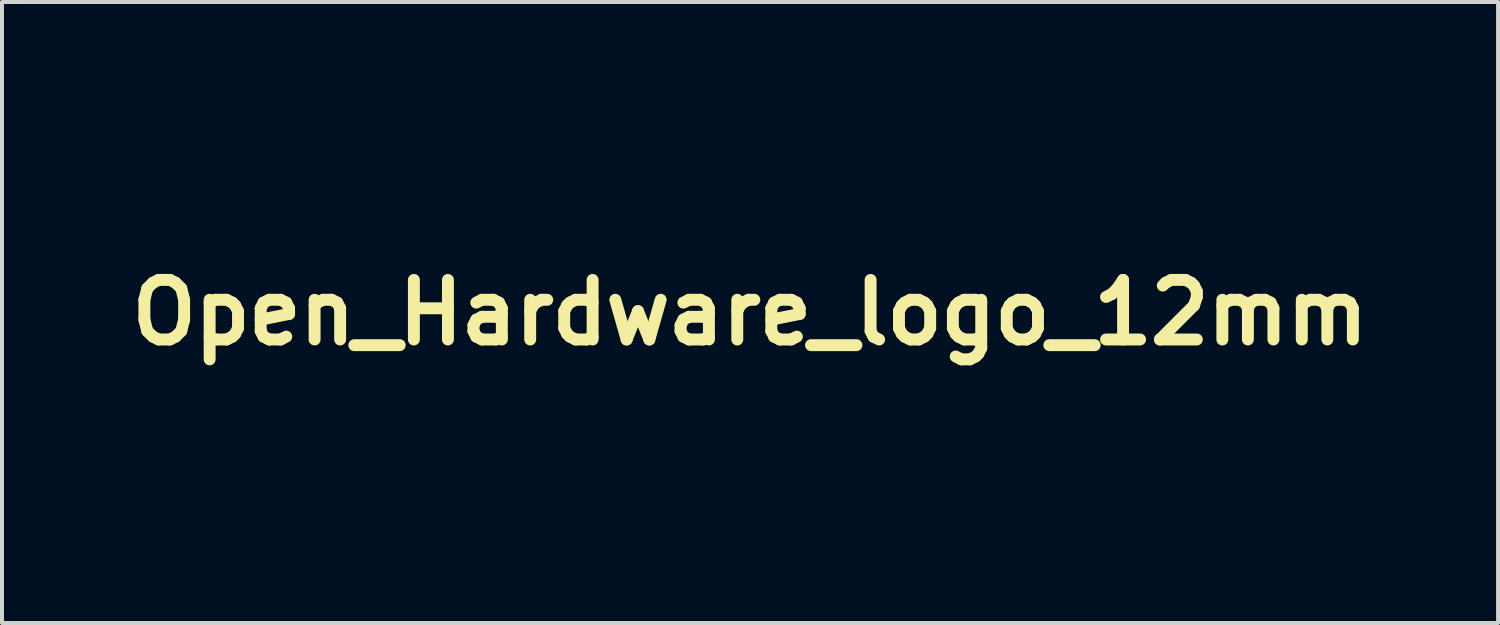
<source format=kicad_pcb>
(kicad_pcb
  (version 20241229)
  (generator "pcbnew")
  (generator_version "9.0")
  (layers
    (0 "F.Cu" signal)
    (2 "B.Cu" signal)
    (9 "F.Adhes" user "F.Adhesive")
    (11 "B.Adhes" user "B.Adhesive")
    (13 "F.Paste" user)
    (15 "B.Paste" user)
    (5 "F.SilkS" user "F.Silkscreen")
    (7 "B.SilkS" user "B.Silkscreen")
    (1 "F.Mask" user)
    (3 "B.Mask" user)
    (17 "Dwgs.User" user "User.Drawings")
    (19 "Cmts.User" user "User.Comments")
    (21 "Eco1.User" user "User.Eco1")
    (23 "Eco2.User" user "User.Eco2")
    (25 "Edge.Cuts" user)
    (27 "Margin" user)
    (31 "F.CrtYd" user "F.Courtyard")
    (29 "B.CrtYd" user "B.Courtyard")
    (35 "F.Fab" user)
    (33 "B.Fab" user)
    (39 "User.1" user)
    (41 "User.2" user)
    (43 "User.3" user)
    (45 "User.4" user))
  (footprint "Open_Hardware_logo_12mm"
    (layer "F.Cu")
    (at 15.836 4.82)
    (property "Reference" "Open_Hardware_logo_12mm" (at 0 0 0) (layer "F.SilkS") (effects (font (size 1.5 1.5) (thickness 0.3))))
    (attr board_only exclude_from_pos_files exclude_from_bom)
    (fp_poly (pts (xy 1.012 3.341) (xy 1.047 3.357) (xy 1.141 3.419) (xy 1.211 3.493) (xy 1.255 3.576) (xy 1.269 3.661) (xy 1.264 3.709) (xy 1.244 3.741) (xy 1.221 3.759) (xy 1.171 3.786) (xy 1.118 3.802) (xy 1.118 3.803) (xy 1.08 3.806) (xy 1.061 3.795) (xy 1.052 3.765) (xy 1.029 3.68) (xy 1.002 3.622) (xy 0.968 3.586) (xy 0.923 3.57) (xy 0.88 3.567) (xy 0.817 3.579) (xy 0.775 3.616) (xy 0.751 3.679) (xy 0.749 3.689) (xy 0.746 3.725) (xy 0.742 3.786) (xy 0.738 3.867) (xy 0.734 3.961) (xy 0.73 4.061) (xy 0.719 4.371) (xy 0.661 4.396) (xy 0.589 4.422) (xy 0.541 4.431) (xy 0.512 4.422) (xy 0.502 4.408) (xy 0.499 4.384) (xy 0.496 4.332) (xy 0.493 4.259) (xy 0.491 4.168) (xy 0.49 4.065) (xy 0.49 4.008) (xy 0.491 3.89) (xy 0.491 3.798) (xy 0.493 3.729) (xy 0.496 3.679) (xy 0.501 3.641) (xy 0.507 3.612) (xy 0.517 3.587) (xy 0.529 3.562) (xy 0.583 3.474) (xy 0.651 3.407) (xy 0.743 3.352) (xy 0.75 3.349) (xy 0.84 3.318) (xy 0.924 3.315)) (stroke (width 0) (type solid)) (fill yes) (layer "F.Mask"))
    (fp_poly (pts (xy 4.648 3.329) (xy 4.741 3.342) (xy 4.816 3.371) (xy 4.881 3.42) (xy 4.941 3.492) (xy 4.993 3.578) (xy 5.006 3.619) (xy 5.012 3.67) (xy 5.013 3.676) (xy 5.01 3.714) (xy 4.997 3.738) (xy 4.966 3.759) (xy 4.94 3.772) (xy 4.878 3.799) (xy 4.837 3.807) (xy 4.81 3.793) (xy 4.792 3.758) (xy 4.787 3.739) (xy 4.762 3.664) (xy 4.736 3.614) (xy 4.704 3.586) (xy 4.668 3.574) (xy 4.615 3.569) (xy 4.567 3.574) (xy 4.539 3.582) (xy 4.518 3.595) (xy 4.501 3.616) (xy 4.489 3.65) (xy 4.48 3.701) (xy 4.474 3.771) (xy 4.47 3.866) (xy 4.467 3.988) (xy 4.466 4.007) (xy 4.458 4.359) (xy 4.386 4.396) (xy 4.319 4.424) (xy 4.268 4.434) (xy 4.236 4.423) (xy 4.236 4.423) (xy 4.23 4.401) (xy 4.226 4.352) (xy 4.225 4.281) (xy 4.226 4.193) (xy 4.228 4.095) (xy 4.232 3.99) (xy 4.238 3.885) (xy 4.244 3.783) (xy 4.251 3.692) (xy 4.259 3.615) (xy 4.267 3.558) (xy 4.276 3.526) (xy 4.313 3.466) (xy 4.367 3.415) (xy 4.446 3.366) (xy 4.449 3.365) (xy 4.498 3.342) (xy 4.54 3.33) (xy 4.588 3.326)) (stroke (width 0) (type solid)) (fill yes) (layer "F.Mask"))
    (fp_poly (pts (xy -5.465 3.267) (xy -5.364 3.296) (xy -5.271 3.348) (xy -5.234 3.379) (xy -5.196 3.416) (xy -5.167 3.451) (xy -5.146 3.488) (xy -5.132 3.532) (xy -5.123 3.589) (xy -5.119 3.665) (xy -5.117 3.763) (xy -5.117 3.848) (xy -5.117 4.153) (xy -5.162 4.228) (xy -5.229 4.314) (xy -5.317 4.38) (xy -5.407 4.42) (xy -5.495 4.444) (xy -5.57 4.447) (xy -5.642 4.429) (xy -5.667 4.419) (xy -5.768 4.362) (xy -5.845 4.292) (xy -5.899 4.206) (xy -5.934 4.098) (xy -5.952 3.967) (xy -5.953 3.959) (xy -5.955 3.822) (xy -5.655 3.822) (xy -5.652 3.911) (xy -5.644 4.002) (xy -5.629 4.065) (xy -5.604 4.104) (xy -5.568 4.124) (xy -5.527 4.129) (xy -5.479 4.123) (xy -5.444 4.107) (xy -5.44 4.104) (xy -5.419 4.071) (xy -5.406 4.02) (xy -5.399 3.946) (xy -5.4 3.846) (xy -5.401 3.802) (xy -5.407 3.709) (xy -5.418 3.643) (xy -5.434 3.601) (xy -5.458 3.577) (xy -5.493 3.568) (xy -5.514 3.567) (xy -5.568 3.575) (xy -5.608 3.602) (xy -5.635 3.651) (xy -5.65 3.723) (xy -5.655 3.822) (xy -5.955 3.822) (xy -5.956 3.789) (xy -5.941 3.644) (xy -5.907 3.523) (xy -5.854 3.426) (xy -5.781 3.349) (xy -5.687 3.293) (xy -5.663 3.283) (xy -5.568 3.262)) (stroke (width 0) (type solid)) (fill yes) (layer "F.Mask"))
    (fp_poly (pts (xy -2.509 3.267) (xy -2.411 3.294) (xy -2.326 3.348) (xy -2.248 3.432) (xy -2.227 3.462) (xy -2.161 3.558) (xy -2.155 3.955) (xy -2.149 4.353) (xy -2.256 4.401) (xy -2.323 4.431) (xy -2.368 4.446) (xy -2.397 4.447) (xy -2.415 4.435) (xy -2.423 4.422) (xy -2.428 4.398) (xy -2.433 4.347) (xy -2.437 4.275) (xy -2.442 4.185) (xy -2.445 4.083) (xy -2.446 4.041) (xy -2.45 3.907) (xy -2.455 3.801) (xy -2.461 3.721) (xy -2.47 3.662) (xy -2.481 3.621) (xy -2.495 3.594) (xy -2.511 3.579) (xy -2.539 3.571) (xy -2.583 3.567) (xy -2.597 3.567) (xy -2.641 3.569) (xy -2.664 3.582) (xy -2.679 3.611) (xy -2.68 3.614) (xy -2.686 3.644) (xy -2.692 3.701) (xy -2.697 3.779) (xy -2.703 3.872) (xy -2.707 3.976) (xy -2.708 4.012) (xy -2.72 4.363) (xy -2.821 4.406) (xy -2.89 4.434) (xy -2.935 4.447) (xy -2.964 4.446) (xy -2.981 4.43) (xy -2.985 4.422) (xy -2.99 4.393) (xy -2.994 4.337) (xy -2.996 4.26) (xy -2.997 4.167) (xy -2.997 4.064) (xy -2.996 3.957) (xy -2.994 3.85) (xy -2.991 3.75) (xy -2.987 3.662) (xy -2.982 3.591) (xy -2.977 3.543) (xy -2.974 3.53) (xy -2.934 3.447) (xy -2.869 3.374) (xy -2.785 3.316) (xy -2.689 3.278) (xy -2.623 3.266)) (stroke (width 0) (type solid)) (fill yes) (layer "F.Mask"))
    (fp_poly (pts (xy -1.16 2.986) (xy -1.151 3.009) (xy -1.146 3.04) (xy -1.143 3.095) (xy -1.141 3.162) (xy -1.141 3.193) (xy -1.14 3.258) (xy -1.136 3.308) (xy -1.132 3.337) (xy -1.129 3.341) (xy -1.107 3.338) (xy -1.066 3.329) (xy -1.048 3.325) (xy -0.953 3.319) (xy -0.856 3.34) (xy -0.766 3.385) (xy -0.689 3.45) (xy -0.637 3.527) (xy -0.623 3.554) (xy -0.613 3.579) (xy -0.606 3.606) (xy -0.601 3.64) (xy -0.597 3.686) (xy -0.595 3.749) (xy -0.595 3.832) (xy -0.594 3.942) (xy -0.594 3.989) (xy -0.594 4.368) (xy -0.669 4.401) (xy -0.726 4.425) (xy -0.762 4.432) (xy -0.784 4.425) (xy -0.797 4.406) (xy -0.801 4.382) (xy -0.805 4.331) (xy -0.81 4.259) (xy -0.814 4.169) (xy -0.818 4.067) (xy -0.82 4.016) (xy -0.823 3.911) (xy -0.827 3.815) (xy -0.831 3.734) (xy -0.836 3.672) (xy -0.84 3.636) (xy -0.841 3.629) (xy -0.874 3.593) (xy -0.925 3.573) (xy -0.985 3.568) (xy -1.044 3.581) (xy -1.087 3.608) (xy -1.132 3.649) (xy -1.138 4.008) (xy -1.144 4.368) (xy -1.222 4.401) (xy -1.285 4.425) (xy -1.327 4.433) (xy -1.352 4.425) (xy -1.358 4.417) (xy -1.361 4.398) (xy -1.363 4.35) (xy -1.366 4.277) (xy -1.369 4.182) (xy -1.372 4.068) (xy -1.374 3.939) (xy -1.377 3.799) (xy -1.378 3.72) (xy -1.387 3.039) (xy -1.303 2.997) (xy -1.236 2.97) (xy -1.189 2.966)) (stroke (width 0) (type solid)) (fill yes) (layer "F.Mask"))
    (fp_poly (pts (xy -4.424 3.276) (xy -4.324 3.319) (xy -4.24 3.39) (xy -4.173 3.488) (xy -4.168 3.497) (xy -4.151 3.533) (xy -4.138 3.563) (xy -4.13 3.596) (xy -4.125 3.635) (xy -4.122 3.689) (xy -4.121 3.763) (xy -4.121 3.856) (xy -4.121 4.122) (xy -4.177 4.215) (xy -4.245 4.31) (xy -4.319 4.375) (xy -4.407 4.415) (xy -4.513 4.433) (xy -4.565 4.434) (xy -4.675 4.434) (xy -4.675 4.575) (xy -4.675 4.716) (xy -4.78 4.768) (xy -4.85 4.801) (xy -4.897 4.817) (xy -4.926 4.815) (xy -4.943 4.796) (xy -4.952 4.757) (xy -4.954 4.745) (xy -4.958 4.703) (xy -4.96 4.634) (xy -4.962 4.543) (xy -4.963 4.436) (xy -4.964 4.319) (xy -4.964 4.195) (xy -4.963 4.07) (xy -4.962 3.949) (xy -4.96 3.838) (xy -4.96 3.837) (xy -4.666 3.837) (xy -4.665 3.941) (xy -4.661 4.016) (xy -4.653 4.068) (xy -4.64 4.1) (xy -4.621 4.116) (xy -4.615 4.118) (xy -4.553 4.127) (xy -4.498 4.122) (xy -4.46 4.104) (xy -4.459 4.104) (xy -4.44 4.078) (xy -4.427 4.044) (xy -4.42 3.995) (xy -4.418 3.926) (xy -4.421 3.831) (xy -4.421 3.824) (xy -4.427 3.726) (xy -4.438 3.655) (xy -4.455 3.609) (xy -4.48 3.581) (xy -4.516 3.569) (xy -4.547 3.567) (xy -4.59 3.571) (xy -4.622 3.586) (xy -4.643 3.617) (xy -4.656 3.667) (xy -4.663 3.741) (xy -4.666 3.837) (xy -4.96 3.837) (xy -4.958 3.741) (xy -4.955 3.664) (xy -4.951 3.612) (xy -4.949 3.597) (xy -4.917 3.491) (xy -4.859 3.402) (xy -4.779 3.332) (xy -4.682 3.284) (xy -4.57 3.262) (xy -4.537 3.261)) (stroke (width 0) (type solid)) (fill yes) (layer "F.Mask"))
    (fp_poly (pts (xy 0.094 3.343) (xy 0.187 3.396) (xy 0.272 3.477) (xy 0.287 3.496) (xy 0.337 3.562) (xy 0.337 3.971) (xy 0.337 4.38) (xy 0.285 4.398) (xy 0.245 4.407) (xy 0.183 4.414) (xy 0.106 4.42) (xy 0.023 4.425) (xy -0.059 4.427) (xy -0.132 4.427) (xy -0.189 4.424) (xy -0.221 4.418) (xy -0.222 4.418) (xy -0.308 4.365) (xy -0.375 4.292) (xy -0.418 4.204) (xy -0.431 4.122) (xy -0.185 4.122) (xy -0.177 4.153) (xy -0.166 4.175) (xy -0.148 4.187) (xy -0.116 4.192) (xy -0.06 4.193) (xy -0.058 4.193) (xy -0.003 4.195) (xy 0.039 4.202) (xy 0.056 4.209) (xy 0.067 4.223) (xy 0.075 4.217) (xy 0.079 4.188) (xy 0.08 4.133) (xy 0.08 4.097) (xy 0.078 4.029) (xy 0.073 3.985) (xy 0.064 3.968) (xy 0.063 3.968) (xy 0.036 3.975) (xy -0.009 3.993) (xy -0.062 4.018) (xy -0.114 4.045) (xy -0.157 4.069) (xy -0.181 4.088) (xy -0.183 4.091) (xy -0.185 4.122) (xy -0.431 4.122) (xy -0.434 4.107) (xy -0.427 4.038) (xy -0.406 3.979) (xy -0.366 3.928) (xy -0.304 3.879) (xy -0.216 3.83) (xy -0.153 3.799) (xy -0.087 3.769) (xy -0.026 3.741) (xy 0.019 3.72) (xy 0.028 3.716) (xy 0.067 3.686) (xy 0.08 3.65) (xy 0.068 3.615) (xy 0.035 3.586) (xy -0.016 3.569) (xy -0.045 3.567) (xy -0.098 3.572) (xy -0.137 3.593) (xy -0.17 3.634) (xy -0.192 3.677) (xy -0.24 3.749) (xy -0.301 3.793) (xy -0.375 3.808) (xy -0.415 3.796) (xy -0.436 3.761) (xy -0.437 3.701) (xy -0.434 3.679) (xy -0.401 3.565) (xy -0.342 3.468) (xy -0.26 3.393) (xy -0.158 3.341) (xy -0.104 3.326) (xy -0.004 3.319)) (stroke (width 0) (type solid)) (fill yes) (layer "F.Mask"))
    (fp_poly (pts (xy -3.483 3.265) (xy -3.432 3.277) (xy -3.381 3.301) (xy -3.38 3.302) (xy -3.28 3.373) (xy -3.208 3.453) (xy -3.162 3.548) (xy -3.139 3.661) (xy -3.138 3.667) (xy -3.134 3.725) (xy -3.137 3.762) (xy -3.152 3.79) (xy -3.185 3.82) (xy -3.221 3.847) (xy -3.239 3.862) (xy -3.235 3.869) (xy -3.204 3.871) (xy -3.191 3.871) (xy -3.128 3.872) (xy -3.137 3.983) (xy -3.161 4.116) (xy -3.209 4.228) (xy -3.277 4.32) (xy -3.366 4.387) (xy -3.473 4.43) (xy -3.556 4.444) (xy -3.624 4.444) (xy -3.685 4.427) (xy -3.713 4.414) (xy -3.818 4.349) (xy -3.898 4.269) (xy -3.943 4.196) (xy -3.959 4.164) (xy -3.97 4.135) (xy -3.977 4.104) (xy -3.98 4.08) (xy -3.666 4.08) (xy -3.656 4.094) (xy -3.652 4.097) (xy -3.607 4.122) (xy -3.551 4.128) (xy -3.497 4.113) (xy -3.471 4.094) (xy -3.447 4.056) (xy -3.438 4.023) (xy -3.427 3.986) (xy -3.414 3.968) (xy -3.393 3.947) (xy -3.4 3.942) (xy -3.433 3.952) (xy -3.491 3.976) (xy -3.543 4) (xy -3.606 4.032) (xy -3.645 4.053) (xy -3.664 4.068) (xy -3.666 4.08) (xy -3.98 4.08) (xy -3.982 4.065) (xy -3.983 4.013) (xy -3.983 3.94) (xy -3.981 3.841) (xy -3.981 3.834) (xy -3.979 3.699) (xy -3.679 3.699) (xy -3.674 3.714) (xy -3.657 3.717) (xy -3.624 3.706) (xy -3.568 3.68) (xy -3.535 3.663) (xy -3.488 3.633) (xy -3.472 3.607) (xy -3.487 3.586) (xy -3.528 3.573) (xy -3.595 3.573) (xy -3.644 3.598) (xy -3.672 3.648) (xy -3.679 3.699) (xy -3.979 3.699) (xy -3.976 3.559) (xy -3.92 3.468) (xy -3.849 3.376) (xy -3.766 3.312) (xy -3.668 3.275) (xy -3.552 3.263)) (stroke (width 0) (type solid)) (fill yes) (layer "F.Mask"))
    (fp_poly (pts (xy 5.657 3.332) (xy 5.714 3.358) (xy 5.811 3.419) (xy 5.879 3.488) (xy 5.921 3.569) (xy 5.942 3.669) (xy 5.944 3.732) (xy 5.944 3.825) (xy 5.868 3.859) (xy 5.804 3.887) (xy 5.729 3.922) (xy 5.651 3.959) (xy 5.575 3.996) (xy 5.508 4.029) (xy 5.456 4.055) (xy 5.426 4.072) (xy 5.425 4.073) (xy 5.408 4.088) (xy 5.408 4.103) (xy 5.428 4.127) (xy 5.445 4.144) (xy 5.505 4.184) (xy 5.567 4.195) (xy 5.625 4.177) (xy 5.674 4.133) (xy 5.705 4.075) (xy 5.743 4.013) (xy 5.804 3.969) (xy 5.879 3.949) (xy 5.881 3.949) (xy 5.936 3.944) (xy 5.941 4.041) (xy 5.942 4.095) (xy 5.935 4.137) (xy 5.918 4.179) (xy 5.887 4.234) (xy 5.885 4.237) (xy 5.827 4.321) (xy 5.766 4.377) (xy 5.697 4.411) (xy 5.611 4.426) (xy 5.575 4.429) (xy 5.483 4.428) (xy 5.418 4.416) (xy 5.401 4.409) (xy 5.32 4.358) (xy 5.249 4.285) (xy 5.204 4.214) (xy 5.191 4.185) (xy 5.182 4.153) (xy 5.176 4.115) (xy 5.172 4.063) (xy 5.17 3.991) (xy 5.17 3.895) (xy 5.17 3.88) (xy 5.17 3.808) (xy 5.394 3.808) (xy 5.488 3.766) (xy 5.55 3.738) (xy 5.609 3.709) (xy 5.642 3.692) (xy 5.682 3.662) (xy 5.69 3.635) (xy 5.667 3.607) (xy 5.638 3.59) (xy 5.567 3.567) (xy 5.503 3.574) (xy 5.452 3.608) (xy 5.417 3.667) (xy 5.403 3.726) (xy 5.394 3.808) (xy 5.17 3.808) (xy 5.17 3.781) (xy 5.171 3.708) (xy 5.174 3.655) (xy 5.18 3.615) (xy 5.189 3.584) (xy 5.201 3.554) (xy 5.207 3.543) (xy 5.253 3.466) (xy 5.308 3.409) (xy 5.383 3.362) (xy 5.407 3.35) (xy 5.495 3.318) (xy 5.575 3.312)) (stroke (width 0) (type solid)) (fill yes) (layer "F.Mask"))
    (fp_poly (pts (xy 2.188 2.962) (xy 2.2 2.98) (xy 2.208 3.012) (xy 2.213 3.062) (xy 2.216 3.131) (xy 2.217 3.223) (xy 2.216 3.339) (xy 2.215 3.484) (xy 2.214 3.571) (xy 2.213 3.728) (xy 2.211 3.858) (xy 2.209 3.962) (xy 2.207 4.044) (xy 2.202 4.108) (xy 2.196 4.157) (xy 2.188 4.195) (xy 2.176 4.224) (xy 2.162 4.249) (xy 2.143 4.274) (xy 2.121 4.3) (xy 2.116 4.306) (xy 2.047 4.371) (xy 1.971 4.412) (xy 1.879 4.431) (xy 1.816 4.433) (xy 1.738 4.429) (xy 1.684 4.419) (xy 1.648 4.402) (xy 1.553 4.325) (xy 1.48 4.233) (xy 1.46 4.197) (xy 1.446 4.165) (xy 1.436 4.133) (xy 1.429 4.095) (xy 1.426 4.044) (xy 1.424 3.974) (xy 1.424 3.898) (xy 1.671 3.898) (xy 1.671 3.981) (xy 1.673 4.039) (xy 1.678 4.078) (xy 1.686 4.104) (xy 1.698 4.123) (xy 1.707 4.134) (xy 1.766 4.179) (xy 1.832 4.193) (xy 1.902 4.178) (xy 1.932 4.157) (xy 1.954 4.119) (xy 1.968 4.061) (xy 1.974 3.978) (xy 1.974 3.868) (xy 1.974 3.844) (xy 1.971 3.762) (xy 1.968 3.705) (xy 1.962 3.668) (xy 1.953 3.643) (xy 1.939 3.624) (xy 1.923 3.608) (xy 1.869 3.576) (xy 1.809 3.567) (xy 1.752 3.581) (xy 1.707 3.617) (xy 1.688 3.652) (xy 1.681 3.686) (xy 1.676 3.745) (xy 1.672 3.819) (xy 1.671 3.898) (xy 1.424 3.898) (xy 1.424 3.88) (xy 1.425 3.783) (xy 1.427 3.712) (xy 1.432 3.659) (xy 1.439 3.62) (xy 1.45 3.587) (xy 1.459 3.567) (xy 1.51 3.48) (xy 1.575 3.413) (xy 1.631 3.374) (xy 1.668 3.354) (xy 1.706 3.342) (xy 1.754 3.336) (xy 1.824 3.334) (xy 1.835 3.334) (xy 1.976 3.334) (xy 1.976 3.216) (xy 1.98 3.128) (xy 1.996 3.065) (xy 2.025 3.021) (xy 2.071 2.99) (xy 2.096 2.98) (xy 2.127 2.967) (xy 2.152 2.959) (xy 2.172 2.956)) (stroke (width 0) (type solid)) (fill yes) (layer "F.Mask"))
    (fp_poly (pts (xy 3.743 3.319) (xy 3.834 3.348) (xy 3.92 3.399) (xy 3.996 3.47) (xy 4.046 3.543) (xy 4.055 3.563) (xy 4.062 3.592) (xy 4.067 3.634) (xy 4.071 3.693) (xy 4.074 3.772) (xy 4.076 3.877) (xy 4.078 3.965) (xy 4.079 4.093) (xy 4.079 4.192) (xy 4.077 4.265) (xy 4.074 4.317) (xy 4.069 4.349) (xy 4.062 4.365) (xy 4.018 4.398) (xy 3.95 4.418) (xy 3.864 4.426) (xy 3.796 4.429) (xy 3.728 4.435) (xy 3.695 4.439) (xy 3.643 4.443) (xy 3.601 4.442) (xy 3.591 4.44) (xy 3.539 4.422) (xy 3.478 4.393) (xy 3.423 4.362) (xy 3.396 4.342) (xy 3.355 4.295) (xy 3.321 4.229) (xy 3.298 4.161) (xy 3.295 4.136) (xy 3.539 4.136) (xy 3.554 4.165) (xy 3.597 4.184) (xy 3.669 4.192) (xy 3.704 4.193) (xy 3.755 4.195) (xy 3.784 4.205) (xy 3.803 4.226) (xy 3.809 4.236) (xy 3.821 4.256) (xy 3.828 4.258) (xy 3.832 4.24) (xy 3.835 4.195) (xy 3.836 4.16) (xy 3.838 4.096) (xy 3.836 4.041) (xy 3.832 4.005) (xy 3.832 4.004) (xy 3.82 3.979) (xy 3.795 3.975) (xy 3.779 3.978) (xy 3.721 3.996) (xy 3.66 4.022) (xy 3.605 4.052) (xy 3.565 4.08) (xy 3.551 4.095) (xy 3.539 4.136) (xy 3.295 4.136) (xy 3.293 4.121) (xy 3.303 4.053) (xy 3.328 3.984) (xy 3.363 3.928) (xy 3.373 3.917) (xy 3.404 3.895) (xy 3.459 3.863) (xy 3.531 3.825) (xy 3.614 3.784) (xy 3.687 3.75) (xy 3.74 3.724) (xy 3.789 3.699) (xy 3.797 3.694) (xy 3.842 3.667) (xy 3.793 3.617) (xy 3.735 3.576) (xy 3.675 3.565) (xy 3.617 3.582) (xy 3.567 3.627) (xy 3.538 3.678) (xy 3.494 3.747) (xy 3.43 3.791) (xy 3.35 3.807) (xy 3.341 3.808) (xy 3.289 3.808) (xy 3.3 3.71) (xy 3.322 3.604) (xy 3.358 3.515) (xy 3.394 3.463) (xy 3.415 3.435) (xy 3.422 3.418) (xy 3.436 3.403) (xy 3.472 3.382) (xy 3.522 3.359) (xy 3.577 3.338) (xy 3.629 3.322) (xy 3.655 3.317)) (stroke (width 0) (type solid)) (fill yes) (layer "F.Mask"))
    (fp_poly (pts (xy 2.49 3.336) (xy 2.494 3.382) (xy 2.498 3.451) (xy 2.501 3.539) (xy 2.505 3.641) (xy 2.507 3.732) (xy 2.51 3.844) (xy 2.514 3.947) (xy 2.518 4.035) (xy 2.522 4.104) (xy 2.526 4.149) (xy 2.529 4.165) (xy 2.554 4.189) (xy 2.571 4.193) (xy 2.585 4.192) (xy 2.596 4.184) (xy 2.605 4.166) (xy 2.611 4.135) (xy 2.616 4.085) (xy 2.62 4.014) (xy 2.624 3.917) (xy 2.626 3.848) (xy 2.63 3.748) (xy 2.634 3.652) (xy 2.639 3.569) (xy 2.643 3.505) (xy 2.645 3.474) (xy 2.653 3.423) (xy 2.666 3.392) (xy 2.691 3.371) (xy 2.716 3.357) (xy 2.778 3.333) (xy 2.828 3.327) (xy 2.859 3.34) (xy 2.866 3.35) (xy 2.869 3.373) (xy 2.872 3.423) (xy 2.876 3.495) (xy 2.88 3.586) (xy 2.883 3.691) (xy 2.886 3.784) (xy 2.89 3.909) (xy 2.893 4.006) (xy 2.896 4.078) (xy 2.899 4.129) (xy 2.904 4.162) (xy 2.909 4.181) (xy 2.916 4.191) (xy 2.925 4.193) (xy 2.927 4.193) (xy 2.946 4.188) (xy 2.961 4.172) (xy 2.973 4.141) (xy 2.982 4.092) (xy 2.989 4.022) (xy 2.995 3.927) (xy 2.999 3.805) (xy 3 3.746) (xy 3.009 3.387) (xy 3.08 3.356) (xy 3.131 3.338) (xy 3.175 3.327) (xy 3.188 3.326) (xy 3.205 3.327) (xy 3.216 3.336) (xy 3.224 3.359) (xy 3.23 3.4) (xy 3.235 3.466) (xy 3.237 3.489) (xy 3.24 3.563) (xy 3.241 3.66) (xy 3.241 3.768) (xy 3.239 3.877) (xy 3.237 3.927) (xy 3.23 4.053) (xy 3.221 4.152) (xy 3.209 4.227) (xy 3.191 4.285) (xy 3.167 4.328) (xy 3.135 4.363) (xy 3.104 4.386) (xy 3.076 4.404) (xy 3.047 4.415) (xy 3.011 4.422) (xy 2.959 4.426) (xy 2.885 4.427) (xy 2.86 4.427) (xy 2.777 4.429) (xy 2.699 4.432) (xy 2.636 4.437) (xy 2.603 4.441) (xy 2.55 4.445) (xy 2.506 4.436) (xy 2.459 4.415) (xy 2.404 4.378) (xy 2.352 4.331) (xy 2.339 4.316) (xy 2.289 4.255) (xy 2.284 3.825) (xy 2.279 3.395) (xy 2.378 3.351) (xy 2.429 3.33) (xy 2.468 3.318) (xy 2.487 3.317)) (stroke (width 0) (type solid)) (fill yes) (layer "F.Mask"))
    (fp_poly (pts (xy 0.057 -4.82) (xy 0.169 -4.819) (xy 0.275 -4.817) (xy 0.37 -4.814) (xy 0.45 -4.81) (xy 0.51 -4.805) (xy 0.544 -4.799) (xy 0.545 -4.799) (xy 0.598 -4.767) (xy 0.63 -4.73) (xy 0.641 -4.7) (xy 0.657 -4.644) (xy 0.676 -4.565) (xy 0.698 -4.469) (xy 0.721 -4.359) (xy 0.739 -4.272) (xy 0.767 -4.13) (xy 0.79 -4.015) (xy 0.809 -3.925) (xy 0.827 -3.856) (xy 0.845 -3.804) (xy 0.864 -3.765) (xy 0.886 -3.737) (xy 0.913 -3.715) (xy 0.946 -3.696) (xy 0.987 -3.676) (xy 1.009 -3.666) (xy 1.139 -3.607) (xy 1.261 -3.557) (xy 1.371 -3.517) (xy 1.463 -3.488) (xy 1.534 -3.473) (xy 1.563 -3.47) (xy 1.608 -3.479) (xy 1.659 -3.499) (xy 1.669 -3.505) (xy 1.731 -3.544) (xy 1.809 -3.594) (xy 1.897 -3.652) (xy 1.989 -3.714) (xy 2.081 -3.777) (xy 2.166 -3.836) (xy 2.24 -3.888) (xy 2.296 -3.929) (xy 2.323 -3.95) (xy 2.349 -3.967) (xy 2.388 -3.989) (xy 2.39 -3.991) (xy 2.42 -4.005) (xy 2.446 -4.014) (xy 2.471 -4.016) (xy 2.5 -4.008) (xy 2.533 -3.989) (xy 2.575 -3.957) (xy 2.629 -3.91) (xy 2.696 -3.845) (xy 2.781 -3.762) (xy 2.876 -3.667) (xy 2.993 -3.549) (xy 3.088 -3.451) (xy 3.16 -3.374) (xy 3.209 -3.317) (xy 3.235 -3.281) (xy 3.238 -3.272) (xy 3.242 -3.254) (xy 3.242 -3.236) (xy 3.238 -3.214) (xy 3.226 -3.186) (xy 3.206 -3.148) (xy 3.175 -3.096) (xy 3.131 -3.028) (xy 3.073 -2.939) (xy 3.011 -2.844) (xy 2.928 -2.715) (xy 2.86 -2.61) (xy 2.808 -2.525) (xy 2.769 -2.459) (xy 2.742 -2.408) (xy 2.725 -2.37) (xy 2.717 -2.341) (xy 2.715 -2.325) (xy 2.723 -2.274) (xy 2.744 -2.204) (xy 2.775 -2.118) (xy 2.814 -2.024) (xy 2.859 -1.927) (xy 2.905 -1.834) (xy 2.951 -1.749) (xy 2.993 -1.681) (xy 3.029 -1.633) (xy 3.044 -1.619) (xy 3.06 -1.61) (xy 3.086 -1.6) (xy 3.126 -1.589) (xy 3.184 -1.574) (xy 3.262 -1.557) (xy 3.363 -1.535) (xy 3.492 -1.508) (xy 3.532 -1.5) (xy 3.641 -1.477) (xy 3.744 -1.455) (xy 3.836 -1.434) (xy 3.91 -1.416) (xy 3.961 -1.403) (xy 3.974 -1.399) (xy 4.057 -1.371) (xy 4.061 -0.885) (xy 4.062 -0.761) (xy 4.061 -0.645) (xy 4.06 -0.542) (xy 4.059 -0.456) (xy 4.056 -0.392) (xy 4.053 -0.354) (xy 4.052 -0.349) (xy 4.042 -0.322) (xy 4.024 -0.299) (xy 3.995 -0.278) (xy 3.951 -0.259) (xy 3.888 -0.24) (xy 3.802 -0.219) (xy 3.692 -0.195) (xy 3.605 -0.178) (xy 3.454 -0.148) (xy 3.331 -0.123) (xy 3.233 -0.103) (xy 3.157 -0.085) (xy 3.1 -0.069) (xy 3.058 -0.053) (xy 3.028 -0.036) (xy 3.007 -0.018) (xy 2.992 0.004) (xy 2.98 0.03) (xy 2.967 0.062) (xy 2.966 0.064) (xy 2.909 0.204) (xy 2.864 0.318) (xy 2.829 0.41) (xy 2.803 0.484) (xy 2.785 0.544) (xy 2.773 0.593) (xy 2.767 0.635) (xy 2.766 0.674) (xy 2.767 0.707) (xy 2.772 0.761) (xy 2.783 0.807) (xy 2.802 0.853) (xy 2.835 0.912) (xy 2.853 0.94) (xy 2.89 0.999) (xy 2.922 1.048) (xy 2.946 1.082) (xy 2.952 1.09) (xy 2.969 1.115) (xy 2.972 1.125) (xy 2.982 1.147) (xy 2.992 1.16) (xy 3.014 1.187) (xy 3.048 1.235) (xy 3.089 1.295) (xy 3.132 1.36) (xy 3.172 1.422) (xy 3.204 1.475) (xy 3.224 1.511) (xy 3.226 1.515) (xy 3.238 1.546) (xy 3.245 1.573) (xy 3.243 1.601) (xy 3.231 1.631) (xy 3.207 1.668) (xy 3.169 1.715) (xy 3.114 1.774) (xy 3.04 1.85) (xy 2.952 1.939) (xy 2.841 2.051) (xy 2.749 2.141) (xy 2.675 2.211) (xy 2.615 2.264) (xy 2.567 2.302) (xy 2.529 2.325) (xy 2.498 2.337) (xy 2.472 2.34) (xy 2.461 2.338) (xy 2.431 2.326) (xy 2.382 2.301) (xy 2.322 2.266) (xy 2.258 2.228) (xy 2.198 2.189) (xy 2.149 2.156) (xy 2.125 2.137) (xy 2.096 2.118) (xy 2.065 2.102) (xy 2.035 2.084) (xy 2.024 2.071) (xy 2.011 2.057) (xy 1.992 2.048) (xy 1.955 2.031) (xy 1.94 2.019) (xy 1.9 1.986) (xy 1.847 1.949) (xy 1.787 1.911) (xy 1.73 1.879) (xy 1.682 1.856) (xy 1.653 1.848) (xy 1.621 1.854) (xy 1.568 1.87) (xy 1.503 1.894) (xy 1.455 1.913) (xy 1.366 1.947) (xy 1.3 1.965) (xy 1.251 1.967) (xy 1.216 1.953) (xy 1.19 1.923) (xy 1.155 1.864) (xy 1.115 1.784) (xy 1.067 1.681) (xy 1.01 1.553) (xy 0.945 1.4) (xy 0.87 1.219) (xy 0.813 1.076) (xy 0.783 1.002) (xy 0.756 0.937) (xy 0.735 0.887) (xy 0.724 0.86) (xy 0.724 0.86) (xy 0.657 0.706) (xy 0.601 0.569) (xy 0.557 0.451) (xy 0.525 0.354) (xy 0.507 0.28) (xy 0.502 0.232) (xy 0.504 0.223) (xy 0.522 0.195) (xy 0.558 0.157) (xy 0.607 0.117) (xy 0.613 0.112) (xy 0.755 -0.009) (xy 0.88 -0.148) (xy 0.983 -0.299) (xy 1.061 -0.457) (xy 1.113 -0.62) (xy 1.132 -0.731) (xy 1.134 -0.872) (xy 1.116 -1.019) (xy 1.08 -1.165) (xy 1.028 -1.303) (xy 0.962 -1.424) (xy 0.886 -1.522) (xy 0.826 -1.578) (xy 0.753 -1.637) (xy 0.675 -1.694) (xy 0.596 -1.746) (xy 0.522 -1.789) (xy 0.46 -1.818) (xy 0.416 -1.831) (xy 0.411 -1.832) (xy 0.386 -1.839) (xy 0.348 -1.855) (xy 0.347 -1.856) (xy 0.314 -1.868) (xy 0.264 -1.875) (xy 0.192 -1.88) (xy 0.098 -1.881) (xy -0.052 -1.878) (xy -0.177 -1.865) (xy -0.285 -1.841) (xy -0.384 -1.806) (xy -0.481 -1.756) (xy -0.481 -1.756) (xy -0.62 -1.658) (xy -0.739 -1.536) (xy -0.837 -1.397) (xy -0.913 -1.242) (xy -0.965 -1.075) (xy -0.993 -0.902) (xy -0.994 -0.724) (xy -0.968 -0.547) (xy -0.932 -0.422) (xy -0.903 -0.351) (xy -0.863 -0.281) (xy -0.81 -0.208) (xy -0.74 -0.127) (xy -0.65 -0.034) (xy -0.577 0.037) (xy -0.366 0.237) (xy -0.393 0.331) (xy -0.409 0.38) (xy -0.435 0.451) (xy -0.468 0.54) (xy -0.505 0.638) (xy -0.545 0.741) (xy -0.585 0.84) (xy -0.621 0.931) (xy -0.653 1.006) (xy -0.668 1.041) (xy -0.689 1.088) (xy -0.703 1.122) (xy -0.707 1.134) (xy -0.713 1.15) (xy -0.729 1.191) (xy -0.754 1.251) (xy -0.785 1.324) (xy -0.801 1.362) (xy -0.865 1.511) (xy -0.917 1.634) (xy -0.958 1.73) (xy -0.988 1.804) (xy -1.01 1.857) (xy -1.023 1.891) (xy -1.028 1.908) (xy -1.028 1.91) (xy -1.041 1.934) (xy -1.071 1.961) (xy -1.107 1.984) (xy -1.135 1.992) (xy -1.163 1.985) (xy -1.211 1.966) (xy -1.272 1.939) (xy -1.311 1.92) (xy -1.389 1.882) (xy -1.447 1.859) (xy -1.492 1.851) (xy -1.53 1.855) (xy -1.569 1.871) (xy -1.579 1.876) (xy -1.616 1.898) (xy -1.673 1.933) (xy -1.741 1.976) (xy -1.817 2.023) (xy -1.892 2.072) (xy -1.963 2.118) (xy -2.022 2.157) (xy -2.065 2.186) (xy -2.082 2.199) (xy -2.112 2.22) (xy -2.16 2.247) (xy -2.217 2.278) (xy -2.274 2.307) (xy -2.325 2.33) (xy -2.359 2.344) (xy -2.368 2.346) (xy -2.386 2.335) (xy -2.424 2.304) (xy -2.478 2.255) (xy -2.545 2.193) (xy -2.624 2.118) (xy -2.71 2.035) (xy -2.746 1.999) (xy -2.834 1.912) (xy -2.916 1.829) (xy -2.987 1.756) (xy -3.046 1.695) (xy -3.089 1.649) (xy -3.113 1.621) (xy -3.116 1.616) (xy -3.126 1.589) (xy -3.122 1.56) (xy -3.103 1.519) (xy -3.097 1.508) (xy -3.073 1.468) (xy -3.04 1.415) (xy -3.002 1.357) (xy -2.965 1.302) (xy -2.934 1.255) (xy -2.912 1.226) (xy -2.907 1.221) (xy -2.888 1.197) (xy -2.855 1.151) (xy -2.815 1.09) (xy -2.77 1.02) (xy -2.724 0.948) (xy -2.683 0.88) (xy -2.648 0.821) (xy -2.626 0.78) (xy -2.619 0.765) (xy -2.612 0.74) (xy -2.609 0.716) (xy -2.611 0.686) (xy -2.619 0.649) (xy -2.635 0.598) (xy -2.658 0.531) (xy -2.691 0.442) (xy -2.735 0.329) (xy -2.741 0.313) (xy -2.783 0.204) (xy -2.816 0.121) (xy -2.842 0.06) (xy -2.862 0.017) (xy -2.879 -0.011) (xy -2.894 -0.029) (xy -2.911 -0.041) (xy -2.931 -0.051) (xy -2.938 -0.054) (xy -2.966 -0.066) (xy -2.994 -0.076) (xy -3.024 -0.085) (xy -3.062 -0.095) (xy -3.112 -0.106) (xy -3.179 -0.119) (xy -3.268 -0.136) (xy -3.384 -0.158) (xy -3.395 -0.16) (xy -3.499 -0.181) (xy -3.599 -0.202) (xy -3.688 -0.221) (xy -3.758 -0.238) (xy -3.805 -0.25) (xy -3.808 -0.251) (xy -3.896 -0.281) (xy -3.906 -0.365) (xy -3.909 -0.403) (xy -3.913 -0.468) (xy -3.917 -0.555) (xy -3.921 -0.66) (xy -3.924 -0.776) (xy -3.927 -0.86) (xy -3.685 -0.86) (xy -3.683 -0.74) (xy -3.677 -0.648) (xy -3.665 -0.58) (xy -3.646 -0.533) (xy -3.62 -0.501) (xy -3.596 -0.486) (xy -3.544 -0.467) (xy -3.463 -0.444) (xy -3.355 -0.419) (xy -3.222 -0.391) (xy -3.068 -0.362) (xy -3.061 -0.361) (xy -2.949 -0.341) (xy -2.864 -0.326) (xy -2.801 -0.31) (xy -2.755 -0.291) (xy -2.72 -0.264) (xy -2.692 -0.226) (xy -2.667 -0.172) (xy -2.639 -0.1) (xy -2.603 -0.005) (xy -2.602 0) (xy -2.56 0.106) (xy -2.516 0.218) (xy -2.471 0.325) (xy -2.431 0.418) (xy -2.41 0.466) (xy -2.369 0.559) (xy -2.34 0.629) (xy -2.323 0.682) (xy -2.317 0.722) (xy -2.32 0.756) (xy -2.33 0.79) (xy -2.331 0.791) (xy -2.346 0.82) (xy -2.374 0.868) (xy -2.413 0.93) (xy -2.456 1) (xy -2.502 1.07) (xy -2.544 1.134) (xy -2.579 1.186) (xy -2.599 1.213) (xy -2.623 1.248) (xy -2.655 1.3) (xy -2.69 1.361) (xy -2.726 1.425) (xy -2.758 1.485) (xy -2.782 1.533) (xy -2.794 1.563) (xy -2.795 1.568) (xy -2.784 1.588) (xy -2.753 1.626) (xy -2.707 1.676) (xy -2.65 1.734) (xy -2.587 1.797) (xy -2.522 1.859) (xy -2.46 1.917) (xy -2.404 1.966) (xy -2.36 2.003) (xy -2.332 2.022) (xy -2.326 2.023) (xy -2.295 2.016) (xy -2.252 1.998) (xy -2.241 1.992) (xy -2.184 1.959) (xy -2.134 1.928) (xy -2.099 1.905) (xy -2.089 1.896) (xy -2.072 1.884) (xy -2.036 1.859) (xy -1.986 1.825) (xy -1.96 1.808) (xy -1.889 1.759) (xy -1.807 1.702) (xy -1.729 1.647) (xy -1.711 1.634) (xy -1.648 1.589) (xy -1.598 1.561) (xy -1.553 1.549) (xy -1.505 1.552) (xy -1.445 1.569) (xy -1.366 1.6) (xy -1.349 1.607) (xy -1.287 1.631) (xy -1.247 1.642) (xy -1.225 1.641) (xy -1.217 1.635) (xy -1.19 1.589) (xy -1.153 1.518) (xy -1.109 1.427) (xy -1.061 1.321) (xy -1.01 1.205) (xy -0.958 1.084) (xy -0.908 0.964) (xy -0.862 0.849) (xy -0.823 0.745) (xy -0.798 0.675) (xy -0.779 0.622) (xy -0.755 0.554) (xy -0.732 0.49) (xy -0.712 0.432) (xy -0.697 0.382) (xy -0.691 0.352) (xy -0.691 0.351) (xy -0.701 0.325) (xy -0.726 0.284) (xy -0.751 0.251) (xy -0.79 0.204) (xy -0.84 0.143) (xy -0.892 0.08) (xy -0.908 0.061) (xy -1.017 -0.081) (xy -1.102 -0.212) (xy -1.165 -0.34) (xy -1.209 -0.471) (xy -1.236 -0.612) (xy -1.249 -0.759) (xy -1.245 -0.963) (xy -1.213 -1.153) (xy -1.152 -1.334) (xy -1.06 -1.507) (xy -0.957 -1.652) (xy -0.897 -1.719) (xy -0.823 -1.791) (xy -0.744 -1.859) (xy -0.669 -1.916) (xy -0.607 -1.953) (xy -0.565 -1.976) (xy -0.532 -1.998) (xy -0.53 -1.999) (xy -0.496 -2.019) (xy -0.44 -2.043) (xy -0.371 -2.069) (xy -0.298 -2.093) (xy -0.23 -2.112) (xy -0.195 -2.12) (xy -0.109 -2.131) (xy -0.003 -2.136) (xy 0.112 -2.135) (xy 0.226 -2.129) (xy 0.328 -2.117) (xy 0.345 -2.114) (xy 0.512 -2.069) (xy 0.678 -1.993) (xy 0.84 -1.889) (xy 0.97 -1.781) (xy 1.024 -1.728) (xy 1.075 -1.672) (xy 1.113 -1.624) (xy 1.113 -1.623) (xy 1.143 -1.581) (xy 1.166 -1.551) (xy 1.174 -1.542) (xy 1.189 -1.521) (xy 1.213 -1.478) (xy 1.242 -1.42) (xy 1.271 -1.356) (xy 1.298 -1.293) (xy 1.319 -1.238) (xy 1.324 -1.221) (xy 1.339 -1.154) (xy 1.35 -1.057) (xy 1.358 -0.928) (xy 1.36 -0.868) (xy 1.363 -0.736) (xy 1.36 -0.63) (xy 1.351 -0.541) (xy 1.335 -0.462) (xy 1.31 -0.386) (xy 1.283 -0.321) (xy 1.261 -0.277) (xy 1.231 -0.221) (xy 1.198 -0.163) (xy 1.166 -0.109) (xy 1.141 -0.068) (xy 1.125 -0.048) (xy 1.111 -0.032) (xy 1.084 0.002) (xy 1.061 0.032) (xy 1.022 0.081) (xy 0.982 0.127) (xy 0.965 0.145) (xy 0.896 0.216) (xy 0.849 0.27) (xy 0.822 0.312) (xy 0.812 0.345) (xy 0.814 0.366) (xy 0.826 0.406) (xy 0.847 0.468) (xy 0.874 0.542) (xy 0.904 0.622) (xy 0.934 0.699) (xy 0.961 0.764) (xy 0.981 0.809) (xy 1 0.851) (xy 1.011 0.88) (xy 1.012 0.886) (xy 1.018 0.907) (xy 1.036 0.952) (xy 1.062 1.016) (xy 1.094 1.093) (xy 1.131 1.179) (xy 1.169 1.268) (xy 1.208 1.355) (xy 1.244 1.435) (xy 1.275 1.502) (xy 1.298 1.552) (xy 1.312 1.578) (xy 1.34 1.615) (xy 1.364 1.637) (xy 1.371 1.639) (xy 1.397 1.634) (xy 1.442 1.621) (xy 1.486 1.607) (xy 1.568 1.583) (xy 1.635 1.577) (xy 1.702 1.589) (xy 1.772 1.613) (xy 1.822 1.637) (xy 1.882 1.669) (xy 1.944 1.706) (xy 2 1.741) (xy 2.041 1.771) (xy 2.056 1.785) (xy 2.076 1.801) (xy 2.116 1.83) (xy 2.168 1.866) (xy 2.225 1.904) (xy 2.28 1.94) (xy 2.317 1.962) (xy 2.384 1.995) (xy 2.439 2.005) (xy 2.492 1.992) (xy 2.544 1.962) (xy 2.594 1.923) (xy 2.652 1.871) (xy 2.713 1.811) (xy 2.773 1.749) (xy 2.827 1.688) (xy 2.871 1.635) (xy 2.899 1.594) (xy 2.908 1.572) (xy 2.899 1.541) (xy 2.875 1.487) (xy 2.839 1.416) (xy 2.792 1.332) (xy 2.737 1.238) (xy 2.676 1.141) (xy 2.613 1.044) (xy 2.603 1.028) (xy 2.561 0.967) (xy 2.526 0.916) (xy 2.5 0.881) (xy 2.489 0.868) (xy 2.478 0.848) (xy 2.461 0.811) (xy 2.457 0.8) (xy 2.451 0.78) (xy 2.448 0.761) (xy 2.449 0.737) (xy 2.456 0.706) (xy 2.47 0.663) (xy 2.492 0.603) (xy 2.523 0.524) (xy 2.564 0.42) (xy 2.582 0.374) (xy 2.625 0.266) (xy 2.665 0.161) (xy 2.701 0.066) (xy 2.73 -0.014) (xy 2.75 -0.074) (xy 2.757 -0.096) (xy 2.77 -0.145) (xy 2.784 -0.184) (xy 2.802 -0.217) (xy 2.828 -0.244) (xy 2.864 -0.268) (xy 2.913 -0.289) (xy 2.98 -0.31) (xy 3.068 -0.332) (xy 3.18 -0.357) (xy 3.319 -0.386) (xy 3.358 -0.394) (xy 3.488 -0.422) (xy 3.591 -0.446) (xy 3.668 -0.468) (xy 3.725 -0.488) (xy 3.763 -0.508) (xy 3.788 -0.53) (xy 3.802 -0.554) (xy 3.804 -0.562) (xy 3.809 -0.597) (xy 3.812 -0.655) (xy 3.814 -0.731) (xy 3.815 -0.816) (xy 3.814 -0.902) (xy 3.812 -0.981) (xy 3.808 -1.047) (xy 3.804 -1.091) (xy 3.803 -1.094) (xy 3.781 -1.147) (xy 3.751 -1.17) (xy 3.702 -1.188) (xy 3.622 -1.21) (xy 3.514 -1.237) (xy 3.378 -1.268) (xy 3.215 -1.303) (xy 3.186 -1.31) (xy 3.094 -1.329) (xy 3.012 -1.346) (xy 2.944 -1.36) (xy 2.897 -1.37) (xy 2.879 -1.374) (xy 2.861 -1.386) (xy 2.837 -1.416) (xy 2.807 -1.465) (xy 2.77 -1.536) (xy 2.725 -1.631) (xy 2.671 -1.752) (xy 2.612 -1.888) (xy 2.574 -1.973) (xy 2.533 -2.064) (xy 2.494 -2.146) (xy 2.473 -2.19) (xy 2.444 -2.251) (xy 2.422 -2.304) (xy 2.411 -2.34) (xy 2.41 -2.348) (xy 2.414 -2.372) (xy 2.428 -2.406) (xy 2.453 -2.454) (xy 2.49 -2.518) (xy 2.543 -2.602) (xy 2.612 -2.708) (xy 2.624 -2.727) (xy 2.71 -2.858) (xy 2.779 -2.966) (xy 2.832 -3.051) (xy 2.87 -3.116) (xy 2.894 -3.162) (xy 2.906 -3.193) (xy 2.908 -3.203) (xy 2.899 -3.235) (xy 2.875 -3.277) (xy 2.865 -3.292) (xy 2.826 -3.339) (xy 2.772 -3.4) (xy 2.708 -3.467) (xy 2.641 -3.535) (xy 2.58 -3.595) (xy 2.53 -3.64) (xy 2.518 -3.65) (xy 2.458 -3.698) (xy 2.358 -3.64) (xy 2.276 -3.591) (xy 2.172 -3.525) (xy 2.051 -3.446) (xy 1.915 -3.355) (xy 1.869 -3.323) (xy 1.768 -3.258) (xy 1.686 -3.212) (xy 1.621 -3.185) (xy 1.569 -3.175) (xy 1.559 -3.175) (xy 1.519 -3.182) (xy 1.461 -3.201) (xy 1.394 -3.228) (xy 1.366 -3.241) (xy 1.285 -3.278) (xy 1.191 -3.319) (xy 1.101 -3.356) (xy 1.076 -3.366) (xy 0.942 -3.42) (xy 0.836 -3.467) (xy 0.757 -3.507) (xy 0.704 -3.542) (xy 0.688 -3.555) (xy 0.663 -3.58) (xy 0.642 -3.608) (xy 0.622 -3.641) (xy 0.605 -3.684) (xy 0.587 -3.741) (xy 0.568 -3.815) (xy 0.547 -3.909) (xy 0.522 -4.028) (xy 0.496 -4.159) (xy 0.473 -4.276) (xy 0.453 -4.366) (xy 0.434 -4.432) (xy 0.416 -4.48) (xy 0.396 -4.512) (xy 0.373 -4.534) (xy 0.345 -4.55) (xy 0.336 -4.553) (xy 0.291 -4.564) (xy 0.223 -4.572) (xy 0.139 -4.577) (xy 0.048 -4.579) (xy -0.043 -4.578) (xy -0.125 -4.574) (xy -0.189 -4.567) (xy -0.213 -4.562) (xy -0.249 -4.548) (xy -0.276 -4.526) (xy -0.299 -4.49) (xy -0.318 -4.437) (xy -0.336 -4.36) (xy -0.353 -4.271) (xy -0.387 -4.087) (xy -0.419 -3.93) (xy -0.448 -3.801) (xy -0.473 -3.701) (xy -0.496 -3.63) (xy -0.515 -3.591) (xy -0.518 -3.587) (xy -0.536 -3.569) (xy -0.561 -3.551) (xy -0.595 -3.53) (xy -0.64 -3.506) (xy -0.701 -3.476) (xy -0.779 -3.439) (xy -0.878 -3.395) (xy -1.001 -3.341) (xy -1.15 -3.276) (xy -1.165 -3.27) (xy -1.204 -3.254) (xy -1.261 -3.231) (xy -1.324 -3.206) (xy -1.324 -3.206) (xy -1.435 -3.162) (xy -1.517 -3.2) (xy -1.554 -3.22) (xy -1.614 -3.255) (xy -1.689 -3.302) (xy -1.774 -3.356) (xy -1.864 -3.415) (xy -1.887 -3.431) (xy -1.977 -3.49) (xy -2.061 -3.546) (xy -2.134 -3.594) (xy -2.192 -3.632) (xy -2.23 -3.657) (xy -2.236 -3.66) (xy -2.296 -3.697) (xy -2.365 -3.662) (xy -2.402 -3.637) (xy -2.454 -3.594) (xy -2.517 -3.539) (xy -2.584 -3.476) (xy -2.649 -3.412) (xy -2.706 -3.352) (xy -2.75 -3.301) (xy -2.77 -3.274) (xy -2.785 -3.248) (xy -2.789 -3.225) (xy -2.781 -3.195) (xy -2.76 -3.147) (xy -2.759 -3.145) (xy -2.73 -3.089) (xy -2.691 -3.021) (xy -2.649 -2.954) (xy -2.645 -2.948) (xy -2.603 -2.884) (xy -2.573 -2.838) (xy -2.549 -2.803) (xy -2.527 -2.771) (xy -2.5 -2.732) (xy -2.477 -2.699) (xy -2.435 -2.639) (xy -2.388 -2.567) (xy -2.347 -2.502) (xy -2.313 -2.447) (xy -2.294 -2.41) (xy -2.288 -2.383) (xy -2.292 -2.355) (xy -2.298 -2.334) (xy -2.306 -2.312) (xy -2.317 -2.282) (xy -2.333 -2.241) (xy -2.356 -2.187) (xy -2.385 -2.117) (xy -2.423 -2.029) (xy -2.47 -1.919) (xy -2.528 -1.785) (xy -2.597 -1.625) (xy -2.605 -1.607) (xy -2.698 -1.39) (xy -2.775 -1.37) (xy -2.813 -1.361) (xy -2.877 -1.347) (xy -2.961 -1.329) (xy -3.059 -1.308) (xy -3.165 -1.287) (xy -3.205 -1.279) (xy -3.31 -1.257) (xy -3.407 -1.237) (xy -3.49 -1.218) (xy -3.554 -1.203) (xy -3.595 -1.193) (xy -3.603 -1.19) (xy -3.632 -1.174) (xy -3.653 -1.149) (xy -3.668 -1.109) (xy -3.678 -1.05) (xy -3.683 -0.968) (xy -3.685 -0.86) (xy -3.927 -0.86) (xy -3.928 -0.899) (xy -3.928 -0.915) (xy -3.94 -1.379) (xy -3.87 -1.398) (xy -3.809 -1.414) (xy -3.742 -1.432) (xy -3.719 -1.438) (xy -3.665 -1.452) (xy -3.593 -1.467) (xy -3.516 -1.483) (xy -3.494 -1.486) (xy -3.339 -1.516) (xy -3.203 -1.545) (xy -3.087 -1.573) (xy -2.994 -1.599) (xy -2.926 -1.622) (xy -2.886 -1.643) (xy -2.876 -1.657) (xy -2.866 -1.677) (xy -2.853 -1.691) (xy -2.828 -1.727) (xy -2.792 -1.792) (xy -2.748 -1.886) (xy -2.694 -2.007) (xy -2.644 -2.125) (xy -2.552 -2.346) (xy -2.59 -2.41) (xy -2.608 -2.44) (xy -2.643 -2.493) (xy -2.689 -2.563) (xy -2.745 -2.648) (xy -2.808 -2.742) (xy -2.872 -2.837) (xy -2.954 -2.961) (xy -3.021 -3.064) (xy -3.07 -3.145) (xy -3.102 -3.203) (xy -3.116 -3.237) (xy -3.117 -3.241) (xy -3.112 -3.259) (xy -3.096 -3.285) (xy -3.066 -3.322) (xy -3.021 -3.373) (xy -2.959 -3.439) (xy -2.878 -3.523) (xy -2.783 -3.619) (xy -2.697 -3.705) (xy -2.616 -3.785) (xy -2.543 -3.855) (xy -2.483 -3.912) (xy -2.437 -3.954) (xy -2.41 -3.976) (xy -2.407 -3.978) (xy -2.336 -3.998) (xy -2.264 -3.992) (xy -2.221 -3.973) (xy -2.182 -3.946) (xy -2.132 -3.912) (xy -2.08 -3.874) (xy -2.032 -3.838) (xy -1.995 -3.81) (xy -1.977 -3.794) (xy -1.976 -3.793) (xy -1.954 -3.773) (xy -1.91 -3.741) (xy -1.851 -3.7) (xy -1.783 -3.657) (xy -1.712 -3.613) (xy -1.646 -3.574) (xy -1.621 -3.561) (xy -1.533 -3.517) (xy -1.459 -3.493) (xy -1.388 -3.487) (xy -1.31 -3.497) (xy -1.227 -3.52) (xy -1.147 -3.548) (xy -1.056 -3.586) (xy -0.963 -3.63) (xy -0.877 -3.675) (xy -0.807 -3.717) (xy -0.78 -3.736) (xy -0.751 -3.764) (xy -0.725 -3.802) (xy -0.701 -3.855) (xy -0.679 -3.926) (xy -0.656 -4.018) (xy -0.632 -4.137) (xy -0.618 -4.215) (xy -0.588 -4.379) (xy -0.563 -4.513) (xy -0.542 -4.619) (xy -0.525 -4.699) (xy -0.511 -4.755) (xy -0.5 -4.789) (xy -0.494 -4.8) (xy -0.474 -4.806) (xy -0.426 -4.81) (xy -0.356 -4.814) (xy -0.267 -4.817) (xy -0.166 -4.819) (xy -0.056 -4.82)) (stroke (width 0) (type solid)) (fill yes) (layer "F.Mask")))
  (gr_rect
    (start -3 -3)
    (end 34.671 12.637)
    (stroke (width 0.1) (type default))
    (fill no)
    (layer "Edge.Cuts")))
</source>
